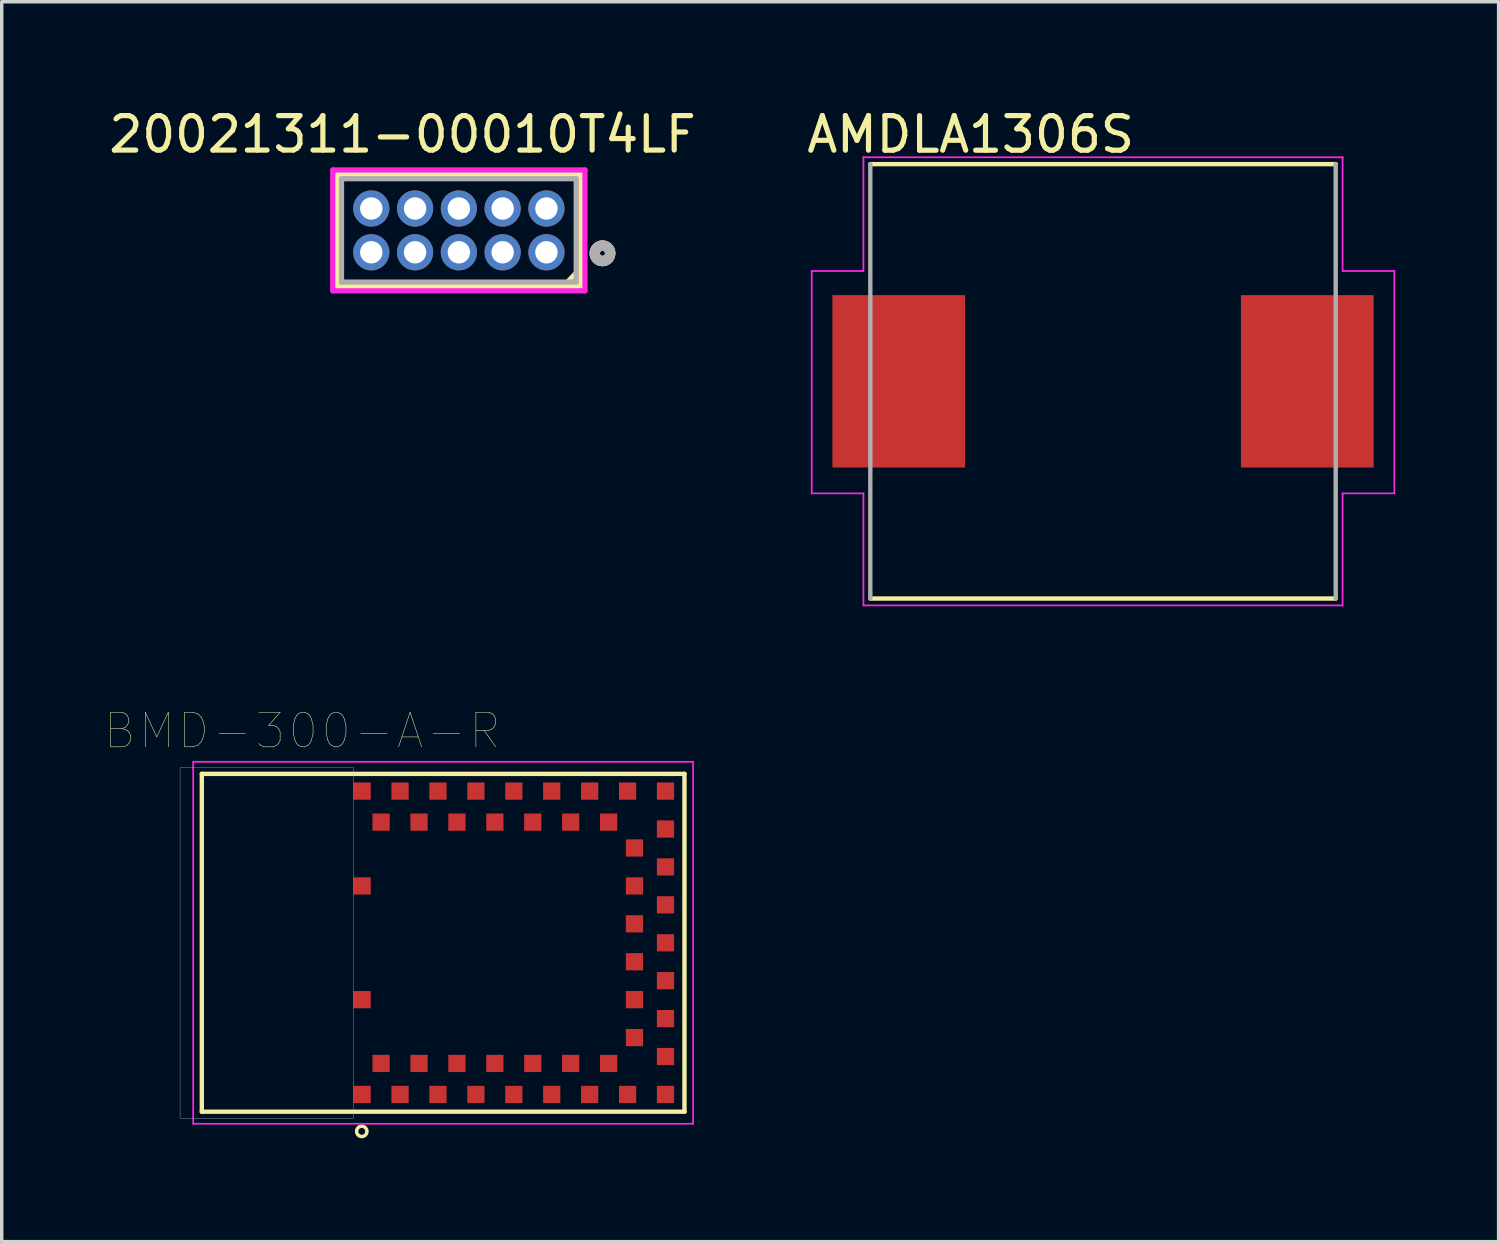
<source format=kicad_pcb>
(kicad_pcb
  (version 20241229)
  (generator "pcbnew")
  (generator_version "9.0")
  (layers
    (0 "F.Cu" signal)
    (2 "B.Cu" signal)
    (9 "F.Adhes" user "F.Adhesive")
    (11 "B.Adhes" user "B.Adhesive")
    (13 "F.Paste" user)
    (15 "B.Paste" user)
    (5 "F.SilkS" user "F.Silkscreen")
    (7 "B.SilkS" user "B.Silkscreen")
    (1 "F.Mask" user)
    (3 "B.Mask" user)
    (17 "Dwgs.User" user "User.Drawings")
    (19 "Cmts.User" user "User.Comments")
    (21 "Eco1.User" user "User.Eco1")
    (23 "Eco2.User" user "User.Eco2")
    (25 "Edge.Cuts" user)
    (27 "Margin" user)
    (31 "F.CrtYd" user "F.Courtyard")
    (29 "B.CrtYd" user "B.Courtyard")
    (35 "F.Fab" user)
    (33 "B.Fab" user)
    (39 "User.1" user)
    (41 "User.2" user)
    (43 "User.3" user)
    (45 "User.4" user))
  (footprint "AMDLA1306S"
    (layer "F.Cu")
    (at 28.945 8.011)
    (property "Reference" "AMDLA1306S" (at -3.839 -7.161 0) (layer "F.SilkS") (effects (font (size 1.004 1.004) (thickness 0.15))))
    (attr smd)
    (fp_line (start -6.75 6.3) (end 6.75 6.3) (stroke (width 0.127) (type solid)) (layer "F.SilkS"))
    (fp_line (start 6.75 -6.3) (end -6.75 -6.3) (stroke (width 0.127) (type solid)) (layer "F.SilkS"))
    (fp_line (start -8.45 -3.2) (end -8.45 3.25) (stroke (width 0.05) (type solid)) (layer "F.CrtYd"))
    (fp_line (start -8.45 3.25) (end -6.95 3.25) (stroke (width 0.05) (type solid)) (layer "F.CrtYd"))
    (fp_line (start -6.95 -3.2) (end -8.45 -3.2) (stroke (width 0.05) (type solid)) (layer "F.CrtYd"))
    (fp_line (start -6.95 -3.2) (end -6.95 -6.5) (stroke (width 0.05) (type solid)) (layer "F.CrtYd"))
    (fp_line (start -6.95 6.5) (end -6.95 3.25) (stroke (width 0.05) (type solid)) (layer "F.CrtYd"))
    (fp_line (start -6.95 6.5) (end 6.95 6.5) (stroke (width 0.05) (type solid)) (layer "F.CrtYd"))
    (fp_line (start 6.95 -6.5) (end -6.95 -6.5) (stroke (width 0.05) (type solid)) (layer "F.CrtYd"))
    (fp_line (start 6.95 -3.2) (end 6.95 -6.5) (stroke (width 0.05) (type solid)) (layer "F.CrtYd"))
    (fp_line (start 6.95 -3.2) (end 8.45 -3.2) (stroke (width 0.05) (type solid)) (layer "F.CrtYd"))
    (fp_line (start 6.95 6.5) (end 6.95 3.25) (stroke (width 0.05) (type solid)) (layer "F.CrtYd"))
    (fp_line (start 8.45 -3.2) (end 8.45 3.25) (stroke (width 0.05) (type solid)) (layer "F.CrtYd"))
    (fp_line (start 8.45 3.25) (end 6.95 3.25) (stroke (width 0.05) (type solid)) (layer "F.CrtYd"))
    (fp_line (start -6.75 -6.3) (end -6.75 6.3) (stroke (width 0.127) (type solid)) (layer "F.Fab"))
    (fp_line (start 6.75 6.3) (end 6.75 -6.3) (stroke (width 0.127) (type solid)) (layer "F.Fab"))
    (pad "1" smd rect (at -5.925 0 180) (size 3.85 5) (layers "F.Cu" "F.Mask" "F.Paste"))
    (pad "2" smd rect (at 5.925 0 180) (size 3.85 5) (layers "F.Cu" "F.Mask" "F.Paste")))
  (footprint "20021311-00010T4LF"
    (layer "F.Cu")
    (at 12.8 2.998)
    (property "Reference" "20021311-00010T4LF" (at -4.175 -2.15 0) (layer "F.SilkS") (effects (font (size 1 1) (thickness 0.15))))
    (attr through_hole)
    (fp_line (start -6.071 -0.991) (end -6.071 2.261) (stroke (width 0.152) (type solid)) (layer "F.SilkS"))
    (fp_line (start -6.071 2.261) (end 0.991 2.261) (stroke (width 0.152) (type solid)) (layer "F.SilkS"))
    (fp_line (start 0.96 1.77) (end 0.53 2.22) (stroke (width 0.15) (type solid)) (layer "F.SilkS"))
    (fp_line (start 0.991 -0.991) (end -6.071 -0.991) (stroke (width 0.152) (type solid)) (layer "F.SilkS"))
    (fp_line (start 0.991 2.261) (end 0.991 -0.991) (stroke (width 0.152) (type solid)) (layer "F.SilkS"))
    (fp_circle (center 1.626 1.3) (end 1.7 1.3) (stroke (width 0.3) (type solid)) (fill no) (layer "F.SilkS"))
    (fp_circle (center 1.626 1.3) (end 1.7 1.3) (stroke (width 0.3) (type solid)) (fill no) (layer "B.SilkS"))
    (fp_line (start -6.198 -1.118) (end -6.198 2.388) (stroke (width 0.152) (type solid)) (layer "F.CrtYd"))
    (fp_line (start -6.198 2.388) (end 1.118 2.388) (stroke (width 0.152) (type solid)) (layer "F.CrtYd"))
    (fp_line (start 1.118 -1.118) (end -6.198 -1.118) (stroke (width 0.152) (type solid)) (layer "F.CrtYd"))
    (fp_line (start 1.118 2.388) (end 1.118 -1.118) (stroke (width 0.152) (type solid)) (layer "F.CrtYd"))
    (fp_line (start -5.944 -0.864) (end -5.944 2.134) (stroke (width 0.152) (type solid)) (layer "F.Fab"))
    (fp_line (start -5.944 2.134) (end 0.864 2.134) (stroke (width 0.152) (type solid)) (layer "F.Fab"))
    (fp_line (start 0.864 -0.864) (end -5.944 -0.864) (stroke (width 0.152) (type solid)) (layer "F.Fab"))
    (fp_line (start 0.864 2.134) (end 0.864 -0.864) (stroke (width 0.152) (type solid)) (layer "F.Fab"))
    (fp_circle (center 1.626 1.3) (end 1.7 1.3) (stroke (width 0.3) (type solid)) (fill no) (layer "F.Fab"))
    (pad "1" thru_hole circle (at 0 1.27) (size 1.05 1.05) (drill 0.65) (layers "*.Cu" "*.Mask"))
    (pad "2" thru_hole circle (at 0 0) (size 1.05 1.05) (drill 0.65) (layers "*.Cu" "*.Mask"))
    (pad "3" thru_hole circle (at -1.27 1.27) (size 1.05 1.05) (drill 0.65) (layers "*.Cu" "*.Mask"))
    (pad "4" thru_hole circle (at -1.27 0) (size 1.05 1.05) (drill 0.65) (layers "*.Cu" "*.Mask"))
    (pad "5" thru_hole circle (at -2.54 1.27) (size 1.05 1.05) (drill 0.65) (layers "*.Cu" "*.Mask"))
    (pad "6" thru_hole circle (at -2.54 0) (size 1.05 1.05) (drill 0.65) (layers "*.Cu" "*.Mask"))
    (pad "7" thru_hole circle (at -3.81 1.27) (size 1.05 1.05) (drill 0.65) (layers "*.Cu" "*.Mask"))
    (pad "8" thru_hole circle (at -3.81 0) (size 1.05 1.05) (drill 0.65) (layers "*.Cu" "*.Mask"))
    (pad "9" thru_hole circle (at -5.08 1.27) (size 1.05 1.05) (drill 0.65) (layers "*.Cu" "*.Mask"))
    (pad "10" thru_hole circle (at -5.08 0) (size 1.05 1.05) (drill 0.65) (layers "*.Cu" "*.Mask")))
  (footprint "BMD-300-A-R"
    (layer "F.Cu")
    (at 9.804 24.297)
    (property "Reference" "BMD-300-A-R" (at -4.084 -6.148 0) (layer "F.SilkS") (effects (font (size 1.002 1.002) (thickness 0.015))))
    (attr smd)
    (fp_line (start -7 -4.9) (end -7 4.9) (stroke (width 0.127) (type solid)) (layer "F.SilkS"))
    (fp_line (start -7 4.9) (end 7 4.9) (stroke (width 0.127) (type solid)) (layer "F.SilkS"))
    (fp_line (start 7 -4.9) (end -7 -4.9) (stroke (width 0.127) (type solid)) (layer "F.SilkS"))
    (fp_line (start 7 4.9) (end 7 -4.9) (stroke (width 0.127) (type solid)) (layer "F.SilkS"))
    (fp_circle (center -2.36 5.47) (end -2.21 5.47) (stroke (width 0.1) (type solid)) (fill no) (layer "F.SilkS"))
    (fp_poly (pts (xy -7.631 -5.08) (xy -2.6 -5.08) (xy -2.6 5.088) (xy -7.631 5.088)) (stroke (width 0.01) (type solid)) (fill no) (layer "Dwgs.User"))
    (fp_line (start -7.25 -5.25) (end -7.25 5.25) (stroke (width 0.05) (type solid)) (layer "F.CrtYd"))
    (fp_line (start -7.25 5.25) (end 7.25 5.25) (stroke (width 0.05) (type solid)) (layer "F.CrtYd"))
    (fp_line (start 7.25 -5.25) (end -7.25 -5.25) (stroke (width 0.05) (type solid)) (layer "F.CrtYd"))
    (fp_line (start 7.25 5.25) (end 7.25 -5.25) (stroke (width 0.05) (type solid)) (layer "F.CrtYd"))
    (pad "1" smd rect (at -2.35 4.4) (size 0.5 0.5) (layers "F.Cu" "F.Mask" "F.Paste"))
    (pad "2" smd rect (at -1.8 3.5) (size 0.5 0.5) (layers "F.Cu" "F.Mask" "F.Paste"))
    (pad "3" smd rect (at -1.25 4.4) (size 0.5 0.5) (layers "F.Cu" "F.Mask" "F.Paste"))
    (pad "4" smd rect (at -0.7 3.5) (size 0.5 0.5) (layers "F.Cu" "F.Mask" "F.Paste"))
    (pad "5" smd rect (at -0.15 4.4) (size 0.5 0.5) (layers "F.Cu" "F.Mask" "F.Paste"))
    (pad "6" smd rect (at 0.4 3.5) (size 0.5 0.5) (layers "F.Cu" "F.Mask" "F.Paste"))
    (pad "7" smd rect (at 0.95 4.4) (size 0.5 0.5) (layers "F.Cu" "F.Mask" "F.Paste"))
    (pad "8" smd rect (at 1.5 3.5) (size 0.5 0.5) (layers "F.Cu" "F.Mask" "F.Paste"))
    (pad "9" smd rect (at 2.05 4.4) (size 0.5 0.5) (layers "F.Cu" "F.Mask" "F.Paste"))
    (pad "10" smd rect (at 2.6 3.5) (size 0.5 0.5) (layers "F.Cu" "F.Mask" "F.Paste"))
    (pad "11" smd rect (at 3.15 4.4) (size 0.5 0.5) (layers "F.Cu" "F.Mask" "F.Paste"))
    (pad "12" smd rect (at 3.7 3.5) (size 0.5 0.5) (layers "F.Cu" "F.Mask" "F.Paste"))
    (pad "13" smd rect (at 4.25 4.4) (size 0.5 0.5) (layers "F.Cu" "F.Mask" "F.Paste"))
    (pad "14" smd rect (at 4.8 3.5) (size 0.5 0.5) (layers "F.Cu" "F.Mask" "F.Paste"))
    (pad "15" smd rect (at 5.35 4.4) (size 0.5 0.5) (layers "F.Cu" "F.Mask" "F.Paste"))
    (pad "16" smd rect (at 6.45 4.4) (size 0.5 0.5) (layers "F.Cu" "F.Mask" "F.Paste"))
    (pad "17" smd rect (at 6.45 3.3) (size 0.5 0.5) (layers "F.Cu" "F.Mask" "F.Paste"))
    (pad "18" smd rect (at 5.55 2.75) (size 0.5 0.5) (layers "F.Cu" "F.Mask" "F.Paste"))
    (pad "19" smd rect (at 6.45 2.2) (size 0.5 0.5) (layers "F.Cu" "F.Mask" "F.Paste"))
    (pad "20" smd rect (at 5.55 1.65) (size 0.5 0.5) (layers "F.Cu" "F.Mask" "F.Paste"))
    (pad "21" smd rect (at 6.45 1.1) (size 0.5 0.5) (layers "F.Cu" "F.Mask" "F.Paste"))
    (pad "22" smd rect (at 5.55 0.55) (size 0.5 0.5) (layers "F.Cu" "F.Mask" "F.Paste"))
    (pad "23" smd rect (at 6.45 0) (size 0.5 0.5) (layers "F.Cu" "F.Mask" "F.Paste"))
    (pad "24" smd rect (at 5.55 -0.55) (size 0.5 0.5) (layers "F.Cu" "F.Mask" "F.Paste"))
    (pad "25" smd rect (at 6.45 -1.1) (size 0.5 0.5) (layers "F.Cu" "F.Mask" "F.Paste"))
    (pad "26" smd rect (at 5.55 -1.65) (size 0.5 0.5) (layers "F.Cu" "F.Mask" "F.Paste"))
    (pad "27" smd rect (at 6.45 -2.2) (size 0.5 0.5) (layers "F.Cu" "F.Mask" "F.Paste"))
    (pad "28" smd rect (at 5.55 -2.75) (size 0.5 0.5) (layers "F.Cu" "F.Mask" "F.Paste"))
    (pad "29" smd rect (at 6.45 -3.3) (size 0.5 0.5) (layers "F.Cu" "F.Mask" "F.Paste"))
    (pad "30" smd rect (at 6.45 -4.4) (size 0.5 0.5) (layers "F.Cu" "F.Mask" "F.Paste"))
    (pad "31" smd rect (at 5.35 -4.4) (size 0.5 0.5) (layers "F.Cu" "F.Mask" "F.Paste"))
    (pad "32" smd rect (at 4.8 -3.5) (size 0.5 0.5) (layers "F.Cu" "F.Mask" "F.Paste"))
    (pad "33" smd rect (at 4.25 -4.4) (size 0.5 0.5) (layers "F.Cu" "F.Mask" "F.Paste"))
    (pad "34" smd rect (at 3.7 -3.5) (size 0.5 0.5) (layers "F.Cu" "F.Mask" "F.Paste"))
    (pad "35" smd rect (at 3.15 -4.4) (size 0.5 0.5) (layers "F.Cu" "F.Mask" "F.Paste"))
    (pad "36" smd rect (at 2.6 -3.5) (size 0.5 0.5) (layers "F.Cu" "F.Mask" "F.Paste"))
    (pad "37" smd rect (at 2.05 -4.4) (size 0.5 0.5) (layers "F.Cu" "F.Mask" "F.Paste"))
    (pad "38" smd rect (at 1.5 -3.5) (size 0.5 0.5) (layers "F.Cu" "F.Mask" "F.Paste"))
    (pad "39" smd rect (at 0.95 -4.4) (size 0.5 0.5) (layers "F.Cu" "F.Mask" "F.Paste"))
    (pad "40" smd rect (at 0.4 -3.5) (size 0.5 0.5) (layers "F.Cu" "F.Mask" "F.Paste"))
    (pad "41" smd rect (at -0.15 -4.4) (size 0.5 0.5) (layers "F.Cu" "F.Mask" "F.Paste"))
    (pad "42" smd rect (at -0.7 -3.5) (size 0.5 0.5) (layers "F.Cu" "F.Mask" "F.Paste"))
    (pad "43" smd rect (at -1.25 -4.4) (size 0.5 0.5) (layers "F.Cu" "F.Mask" "F.Paste"))
    (pad "44" smd rect (at -1.8 -3.5) (size 0.5 0.5) (layers "F.Cu" "F.Mask" "F.Paste"))
    (pad "45" smd rect (at -2.35 -4.4) (size 0.5 0.5) (layers "F.Cu" "F.Mask" "F.Paste"))
    (pad "46" smd rect (at -2.35 -1.65) (size 0.5 0.5) (layers "F.Cu" "F.Mask" "F.Paste"))
    (pad "47" smd rect (at -2.35 1.65) (size 0.5 0.5) (layers "F.Cu" "F.Mask" "F.Paste")))
  (gr_rect
    (start -3 -3)
    (end 40.42 32.967)
    (stroke (width 0.1) (type default))
    (fill no)
    (layer "Edge.Cuts")))
</source>
